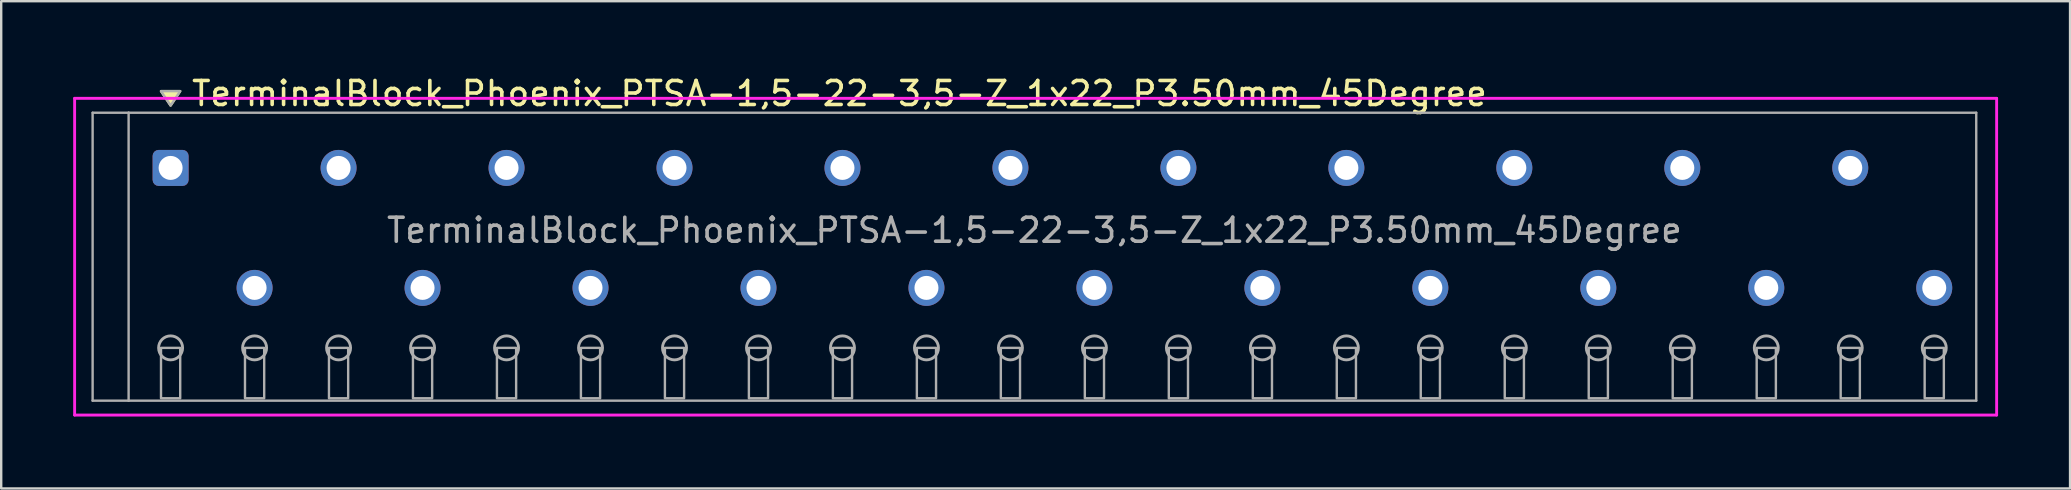
<source format=kicad_pcb>
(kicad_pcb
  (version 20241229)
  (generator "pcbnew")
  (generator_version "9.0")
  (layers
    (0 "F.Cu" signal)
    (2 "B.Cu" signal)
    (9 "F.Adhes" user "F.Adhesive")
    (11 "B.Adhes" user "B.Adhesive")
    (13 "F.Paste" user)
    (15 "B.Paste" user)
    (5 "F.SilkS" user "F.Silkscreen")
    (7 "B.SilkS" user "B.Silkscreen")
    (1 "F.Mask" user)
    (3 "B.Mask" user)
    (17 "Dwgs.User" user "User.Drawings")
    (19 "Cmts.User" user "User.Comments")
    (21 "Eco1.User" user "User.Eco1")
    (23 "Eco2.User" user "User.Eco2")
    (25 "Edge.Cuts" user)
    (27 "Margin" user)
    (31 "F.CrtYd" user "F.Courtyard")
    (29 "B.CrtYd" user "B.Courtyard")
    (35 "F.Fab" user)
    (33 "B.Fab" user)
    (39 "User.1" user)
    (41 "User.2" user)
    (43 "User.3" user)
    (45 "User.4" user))
  (footprint "TerminalBlock_Phoenix_PTSA-1,5-22-3,5-Z_1x22_P3.50mm_45Degree"
    (layer "F.Cu")
    (at 4.06 8.948)
    (property "Reference" "TerminalBlock_Phoenix_PTSA-1,5-22-3,5-Z_1x22_P3.50mm_45Degree" (at 0.8 -8.1 0) (layer "F.SilkS") (effects (font (size 1 1) (thickness 0.15)) (justify left)))
    (attr through_hole)
    (fp_poly (pts (xy 0 -7.6) (xy -0.4 -8.2) (xy 0.4 -8.2)) (stroke (width 0.1) (type solid)) (fill yes) (layer "F.SilkS"))
    (fp_line (start -4 -7.9) (end 76.1 -7.9) (stroke (width 0.12) (type solid)) (layer "F.CrtYd"))
    (fp_line (start -4 5.3) (end -4 -7.9) (stroke (width 0.12) (type solid)) (layer "F.CrtYd"))
    (fp_line (start 76.1 -7.9) (end 76.1 5.3) (stroke (width 0.12) (type solid)) (layer "F.CrtYd"))
    (fp_line (start 76.1 5.3) (end -4 5.3) (stroke (width 0.12) (type solid)) (layer "F.CrtYd"))
    (fp_line (start -3.25 -7.3) (end -1.75 -7.3) (stroke (width 0.1) (type solid)) (layer "F.Fab"))
    (fp_line (start -3.25 4.7) (end -3.25 -7.3) (stroke (width 0.1) (type solid)) (layer "F.Fab"))
    (fp_line (start -1.75 -7.3) (end -1.75 4.7) (stroke (width 0.1) (type solid)) (layer "F.Fab"))
    (fp_line (start -1.75 4.7) (end -3.25 4.7) (stroke (width 0.1) (type solid)) (layer "F.Fab"))
    (fp_line (start -1.75 4.7) (end 75.25 4.7) (stroke (width 0.1) (type solid)) (layer "F.Fab"))
    (fp_line (start 75.25 -7.3) (end -1.75 -7.3) (stroke (width 0.1) (type solid)) (layer "F.Fab"))
    (fp_line (start 75.25 4.7) (end 75.25 -7.3) (stroke (width 0.1) (type solid)) (layer "F.Fab"))
    (fp_circle (center 0 2.5) (end -0.5 2.5) (stroke (width 0.12) (type solid)) (fill no) (layer "F.Fab"))
    (fp_circle (center 3.5 2.5) (end 3 2.5) (stroke (width 0.12) (type solid)) (fill no) (layer "F.Fab"))
    (fp_circle (center 7 2.5) (end 6.5 2.5) (stroke (width 0.12) (type solid)) (fill no) (layer "F.Fab"))
    (fp_circle (center 10.5 2.5) (end 10 2.5) (stroke (width 0.12) (type solid)) (fill no) (layer "F.Fab"))
    (fp_circle (center 14 2.5) (end 13.5 2.5) (stroke (width 0.12) (type solid)) (fill no) (layer "F.Fab"))
    (fp_circle (center 17.5 2.5) (end 17 2.5) (stroke (width 0.12) (type solid)) (fill no) (layer "F.Fab"))
    (fp_circle (center 21 2.5) (end 20.5 2.5) (stroke (width 0.12) (type solid)) (fill no) (layer "F.Fab"))
    (fp_circle (center 24.5 2.5) (end 24 2.5) (stroke (width 0.12) (type solid)) (fill no) (layer "F.Fab"))
    (fp_circle (center 28 2.5) (end 27.5 2.5) (stroke (width 0.12) (type solid)) (fill no) (layer "F.Fab"))
    (fp_circle (center 31.5 2.5) (end 31 2.5) (stroke (width 0.12) (type solid)) (fill no) (layer "F.Fab"))
    (fp_circle (center 35 2.5) (end 34.5 2.5) (stroke (width 0.12) (type solid)) (fill no) (layer "F.Fab"))
    (fp_circle (center 38.5 2.5) (end 38 2.5) (stroke (width 0.12) (type solid)) (fill no) (layer "F.Fab"))
    (fp_circle (center 42 2.5) (end 41.5 2.5) (stroke (width 0.12) (type solid)) (fill no) (layer "F.Fab"))
    (fp_circle (center 45.5 2.5) (end 45 2.5) (stroke (width 0.12) (type solid)) (fill no) (layer "F.Fab"))
    (fp_circle (center 49 2.5) (end 48.5 2.5) (stroke (width 0.12) (type solid)) (fill no) (layer "F.Fab"))
    (fp_circle (center 52.5 2.5) (end 52 2.5) (stroke (width 0.12) (type solid)) (fill no) (layer "F.Fab"))
    (fp_circle (center 56 2.5) (end 55.5 2.5) (stroke (width 0.12) (type solid)) (fill no) (layer "F.Fab"))
    (fp_circle (center 59.5 2.5) (end 59 2.5) (stroke (width 0.12) (type solid)) (fill no) (layer "F.Fab"))
    (fp_circle (center 63 2.5) (end 62.5 2.5) (stroke (width 0.12) (type solid)) (fill no) (layer "F.Fab"))
    (fp_circle (center 66.5 2.5) (end 66 2.5) (stroke (width 0.12) (type solid)) (fill no) (layer "F.Fab"))
    (fp_circle (center 70 2.5) (end 69.5 2.5) (stroke (width 0.12) (type solid)) (fill no) (layer "F.Fab"))
    (fp_circle (center 73.5 2.5) (end 73 2.5) (stroke (width 0.12) (type solid)) (fill no) (layer "F.Fab"))
    (fp_poly (pts (xy 0 -7.6) (xy -0.4 -8.2) (xy 0.4 -8.2)) (stroke (width 0.1) (type solid)) (fill no) (layer "F.Fab"))
    (fp_poly (pts (xy -0.4 2.5) (xy -0.4 4.6) (xy 0.4 4.6) (xy 0.4 2.5)) (stroke (width 0.1) (type solid)) (fill no) (layer "F.Fab"))
    (fp_poly (pts (xy 3.1 2.5) (xy 3.1 4.6) (xy 3.9 4.6) (xy 3.9 2.5)) (stroke (width 0.1) (type solid)) (fill no) (layer "F.Fab"))
    (fp_poly (pts (xy 6.6 2.5) (xy 6.6 4.6) (xy 7.4 4.6) (xy 7.4 2.5)) (stroke (width 0.1) (type solid)) (fill no) (layer "F.Fab"))
    (fp_poly (pts (xy 10.1 2.5) (xy 10.1 4.6) (xy 10.9 4.6) (xy 10.9 2.5)) (stroke (width 0.1) (type solid)) (fill no) (layer "F.Fab"))
    (fp_poly (pts (xy 13.6 2.5) (xy 13.6 4.6) (xy 14.4 4.6) (xy 14.4 2.5)) (stroke (width 0.1) (type solid)) (fill no) (layer "F.Fab"))
    (fp_poly (pts (xy 17.1 2.5) (xy 17.1 4.6) (xy 17.9 4.6) (xy 17.9 2.5)) (stroke (width 0.1) (type solid)) (fill no) (layer "F.Fab"))
    (fp_poly (pts (xy 20.6 2.5) (xy 20.6 4.6) (xy 21.4 4.6) (xy 21.4 2.5)) (stroke (width 0.1) (type solid)) (fill no) (layer "F.Fab"))
    (fp_poly (pts (xy 24.1 2.5) (xy 24.1 4.6) (xy 24.9 4.6) (xy 24.9 2.5)) (stroke (width 0.1) (type solid)) (fill no) (layer "F.Fab"))
    (fp_poly (pts (xy 27.6 2.5) (xy 27.6 4.6) (xy 28.4 4.6) (xy 28.4 2.5)) (stroke (width 0.1) (type solid)) (fill no) (layer "F.Fab"))
    (fp_poly (pts (xy 31.1 2.5) (xy 31.1 4.6) (xy 31.9 4.6) (xy 31.9 2.5)) (stroke (width 0.1) (type solid)) (fill no) (layer "F.Fab"))
    (fp_poly (pts (xy 34.6 2.5) (xy 34.6 4.6) (xy 35.4 4.6) (xy 35.4 2.5)) (stroke (width 0.1) (type solid)) (fill no) (layer "F.Fab"))
    (fp_poly (pts (xy 38.1 2.5) (xy 38.1 4.6) (xy 38.9 4.6) (xy 38.9 2.5)) (stroke (width 0.1) (type solid)) (fill no) (layer "F.Fab"))
    (fp_poly (pts (xy 41.6 2.5) (xy 41.6 4.6) (xy 42.4 4.6) (xy 42.4 2.5)) (stroke (width 0.1) (type solid)) (fill no) (layer "F.Fab"))
    (fp_poly (pts (xy 45.1 2.5) (xy 45.1 4.6) (xy 45.9 4.6) (xy 45.9 2.5)) (stroke (width 0.1) (type solid)) (fill no) (layer "F.Fab"))
    (fp_poly (pts (xy 48.6 2.5) (xy 48.6 4.6) (xy 49.4 4.6) (xy 49.4 2.5)) (stroke (width 0.1) (type solid)) (fill no) (layer "F.Fab"))
    (fp_poly (pts (xy 52.1 2.5) (xy 52.1 4.6) (xy 52.9 4.6) (xy 52.9 2.5)) (stroke (width 0.1) (type solid)) (fill no) (layer "F.Fab"))
    (fp_poly (pts (xy 55.6 2.5) (xy 55.6 4.6) (xy 56.4 4.6) (xy 56.4 2.5)) (stroke (width 0.1) (type solid)) (fill no) (layer "F.Fab"))
    (fp_poly (pts (xy 59.1 2.5) (xy 59.1 4.6) (xy 59.9 4.6) (xy 59.9 2.5)) (stroke (width 0.1) (type solid)) (fill no) (layer "F.Fab"))
    (fp_poly (pts (xy 62.6 2.5) (xy 62.6 4.6) (xy 63.4 4.6) (xy 63.4 2.5)) (stroke (width 0.1) (type solid)) (fill no) (layer "F.Fab"))
    (fp_poly (pts (xy 66.1 2.5) (xy 66.1 4.6) (xy 66.9 4.6) (xy 66.9 2.5)) (stroke (width 0.1) (type solid)) (fill no) (layer "F.Fab"))
    (fp_poly (pts (xy 69.6 2.5) (xy 69.6 4.6) (xy 70.4 4.6) (xy 70.4 2.5)) (stroke (width 0.1) (type solid)) (fill no) (layer "F.Fab"))
    (fp_poly (pts (xy 73.1 2.5) (xy 73.1 4.6) (xy 73.9 4.6) (xy 73.9 2.5)) (stroke (width 0.1) (type solid)) (fill no) (layer "F.Fab"))
    (fp_text user "${REFERENCE}" (at 36 -2.4 0) (layer "F.Fab") (effects (font (size 1 1) (thickness 0.15))))
    (pad "1" thru_hole roundrect (at 0 -5) (size 1.5 1.5) (drill 1) (layers "*.Cu" "*.Mask") (roundrect_rratio 0.167))
    (pad "2" thru_hole oval (at 3.5 0) (size 1.5 1.5) (drill 1) (layers "*.Cu" "*.Mask"))
    (pad "3" thru_hole oval (at 7 -5) (size 1.5 1.5) (drill 1) (layers "*.Cu" "*.Mask"))
    (pad "4" thru_hole oval (at 10.5 0) (size 1.5 1.5) (drill 1) (layers "*.Cu" "*.Mask"))
    (pad "5" thru_hole oval (at 14 -5) (size 1.5 1.5) (drill 1) (layers "*.Cu" "*.Mask"))
    (pad "6" thru_hole oval (at 17.5 0) (size 1.5 1.5) (drill 1) (layers "*.Cu" "*.Mask"))
    (pad "7" thru_hole oval (at 21 -5) (size 1.5 1.5) (drill 1) (layers "*.Cu" "*.Mask"))
    (pad "8" thru_hole oval (at 24.5 0) (size 1.5 1.5) (drill 1) (layers "*.Cu" "*.Mask"))
    (pad "9" thru_hole oval (at 28 -5) (size 1.5 1.5) (drill 1) (layers "*.Cu" "*.Mask"))
    (pad "10" thru_hole oval (at 31.5 0) (size 1.5 1.5) (drill 1) (layers "*.Cu" "*.Mask"))
    (pad "11" thru_hole oval (at 35 -5) (size 1.5 1.5) (drill 1) (layers "*.Cu" "*.Mask"))
    (pad "12" thru_hole oval (at 38.5 0) (size 1.5 1.5) (drill 1) (layers "*.Cu" "*.Mask"))
    (pad "13" thru_hole oval (at 42 -5) (size 1.5 1.5) (drill 1) (layers "*.Cu" "*.Mask"))
    (pad "14" thru_hole oval (at 45.5 0) (size 1.5 1.5) (drill 1) (layers "*.Cu" "*.Mask"))
    (pad "15" thru_hole oval (at 49 -5) (size 1.5 1.5) (drill 1) (layers "*.Cu" "*.Mask"))
    (pad "16" thru_hole oval (at 52.5 0) (size 1.5 1.5) (drill 1) (layers "*.Cu" "*.Mask"))
    (pad "17" thru_hole oval (at 56 -5) (size 1.5 1.5) (drill 1) (layers "*.Cu" "*.Mask"))
    (pad "18" thru_hole oval (at 59.5 0) (size 1.5 1.5) (drill 1) (layers "*.Cu" "*.Mask"))
    (pad "19" thru_hole oval (at 63 -5) (size 1.5 1.5) (drill 1) (layers "*.Cu" "*.Mask"))
    (pad "20" thru_hole oval (at 66.5 0) (size 1.5 1.5) (drill 1) (layers "*.Cu" "*.Mask"))
    (pad "21" thru_hole oval (at 70 -5) (size 1.5 1.5) (drill 1) (layers "*.Cu" "*.Mask"))
    (pad "22" thru_hole oval (at 73.5 0) (size 1.5 1.5) (drill 1) (layers "*.Cu" "*.Mask")))
  (gr_rect
    (start -3 -3)
    (end 83.22 17.308)
    (stroke (width 0.1) (type default))
    (fill no)
    (layer "Edge.Cuts")))
</source>
